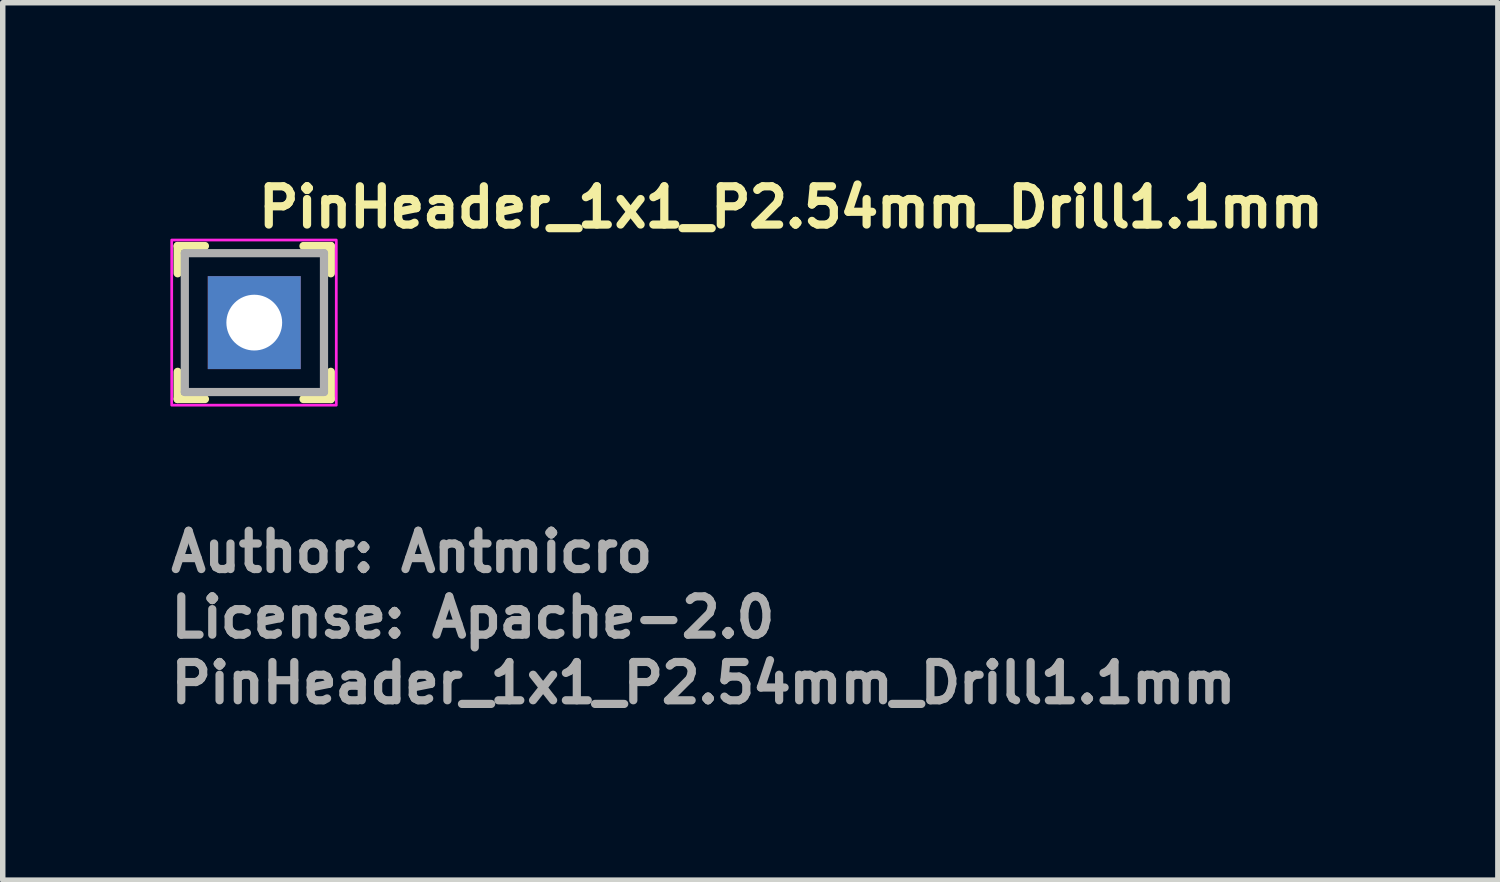
<source format=kicad_pcb>
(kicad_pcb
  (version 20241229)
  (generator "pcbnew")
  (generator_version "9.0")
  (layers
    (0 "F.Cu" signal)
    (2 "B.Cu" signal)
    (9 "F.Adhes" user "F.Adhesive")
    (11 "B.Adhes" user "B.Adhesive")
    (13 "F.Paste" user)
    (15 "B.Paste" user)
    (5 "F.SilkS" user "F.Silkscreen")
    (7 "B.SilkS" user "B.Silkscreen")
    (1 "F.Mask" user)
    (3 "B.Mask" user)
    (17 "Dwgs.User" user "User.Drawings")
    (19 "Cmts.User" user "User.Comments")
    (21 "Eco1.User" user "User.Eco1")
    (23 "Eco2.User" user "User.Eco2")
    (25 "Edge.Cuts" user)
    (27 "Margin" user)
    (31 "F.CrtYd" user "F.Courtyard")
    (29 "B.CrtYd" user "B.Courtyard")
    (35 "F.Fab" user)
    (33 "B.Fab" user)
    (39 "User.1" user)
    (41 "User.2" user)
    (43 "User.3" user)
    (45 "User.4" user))
  (footprint "PinHeader_1x1_P2.54mm_Drill1.1mm"
    (layer "F.Cu")
    (at 1.6 2.85)
    (property "Reference" "PinHeader_1x1_P2.54mm_Drill1.1mm" (at 0 -1.7 0) (layer "F.SilkS") (effects (font (size 0.7 0.7) (thickness 0.15)) (justify left bottom)))
    (attr through_hole)
    (fp_line (start -1.401 -1.401) (end -1.401 -0.902) (stroke (width 0.15) (type solid)) (layer "F.SilkS"))
    (fp_line (start -1.401 -1.401) (end -0.902 -1.401) (stroke (width 0.15) (type solid)) (layer "F.SilkS"))
    (fp_line (start -1.401 1.398) (end -1.401 0.9) (stroke (width 0.15) (type solid)) (layer "F.SilkS"))
    (fp_line (start -1.401 1.398) (end -0.902 1.398) (stroke (width 0.15) (type solid)) (layer "F.SilkS"))
    (fp_line (start 1.4 -1.401) (end 0.9 -1.401) (stroke (width 0.15) (type solid)) (layer "F.SilkS"))
    (fp_line (start 1.4 -1.401) (end 1.4 -0.902) (stroke (width 0.15) (type solid)) (layer "F.SilkS"))
    (fp_line (start 1.4 1.398) (end 0.9 1.398) (stroke (width 0.15) (type solid)) (layer "F.SilkS"))
    (fp_line (start 1.4 1.398) (end 1.4 0.9) (stroke (width 0.15) (type solid)) (layer "F.SilkS"))
    (fp_rect (start -1.51 -1.51) (end 1.5 1.51) (stroke (width 0.05) (type solid)) (fill no) (layer "F.CrtYd"))
    (fp_line (start -1.27 -1.27) (end 1.275 -1.27) (stroke (width 0.15) (type solid)) (layer "F.Fab"))
    (fp_line (start -1.27 1.269) (end -1.27 -1.27) (stroke (width 0.15) (type solid)) (layer "F.Fab"))
    (fp_line (start -1.27 1.269) (end 1.275 1.269) (stroke (width 0.15) (type solid)) (layer "F.Fab"))
    (fp_line (start 1.275 1.269) (end 1.275 -1.27) (stroke (width 0.15) (type solid)) (layer "F.Fab"))
    (fp_rect (start -1.27 -1.27) (end 1.275 1.269) (stroke (width 0.1) (type solid)) (fill no) (layer "User.5"))
    (fp_line (start -1.27 0.77) (end -1.27 -0.772) (stroke (width 0.02) (type solid)) (layer "User.9"))
    (fp_line (start -1.27 0.77) (end -1.02 1.269) (stroke (width 0.02) (type solid)) (layer "User.9"))
    (fp_line (start -1.02 -1.27) (end -1.27 -0.772) (stroke (width 0.02) (type solid)) (layer "User.9"))
    (fp_line (start -0.32 -0.32) (end -0.12 -0.12) (stroke (width 0.02) (type solid)) (layer "User.9"))
    (fp_line (start -0.32 -0.32) (end 0.32 -0.32) (stroke (width 0.02) (type solid)) (layer "User.9"))
    (fp_line (start -0.32 0.32) (end -0.32 -0.32) (stroke (width 0.02) (type solid)) (layer "User.9"))
    (fp_line (start -0.12 -0.12) (end -0.12 0.119) (stroke (width 0.02) (type solid)) (layer "User.9"))
    (fp_line (start -0.12 0.119) (end -0.32 0.32) (stroke (width 0.02) (type solid)) (layer "User.9"))
    (fp_line (start -0.12 0.119) (end 0.119 0.119) (stroke (width 0.02) (type solid)) (layer "User.9"))
    (fp_line (start 0.119 -0.12) (end -0.12 -0.12) (stroke (width 0.02) (type solid)) (layer "User.9"))
    (fp_line (start 0.119 -0.12) (end 0.32 -0.32) (stroke (width 0.02) (type solid)) (layer "User.9"))
    (fp_line (start 0.119 0.119) (end 0.119 -0.12) (stroke (width 0.02) (type solid)) (layer "User.9"))
    (fp_line (start 0.119 0.119) (end 0.32 0.32) (stroke (width 0.02) (type solid)) (layer "User.9"))
    (fp_line (start 0.32 -0.32) (end 0.32 0.32) (stroke (width 0.02) (type solid)) (layer "User.9"))
    (fp_line (start 0.32 0.32) (end -0.32 0.32) (stroke (width 0.02) (type solid)) (layer "User.9"))
    (fp_line (start 1.019 -1.27) (end -1.02 -1.27) (stroke (width 0.02) (type solid)) (layer "User.9"))
    (fp_line (start 1.019 1.269) (end -1.02 1.269) (stroke (width 0.02) (type solid)) (layer "User.9"))
    (fp_line (start 1.019 1.269) (end 1.269 0.77) (stroke (width 0.02) (type solid)) (layer "User.9"))
    (fp_line (start 1.269 -0.772) (end 1.019 -1.27) (stroke (width 0.02) (type solid)) (layer "User.9"))
    (fp_line (start 1.269 0.77) (end 1.269 -0.772) (stroke (width 0.02) (type solid)) (layer "User.9"))
    (fp_text user "${REFERENCE}" (at -1.6 7 0) (layer "F.Fab") (effects (font (size 0.7 0.7) (thickness 0.15)) (justify left bottom)))
    (fp_text user "License: Apache-2.0" (at -1.6 5.8 0) (layer "F.Fab") (effects (font (size 0.7 0.7) (thickness 0.15)) (justify left bottom)))
    (fp_text user "Author: Antmicro" (at -1.6 4.6 0) (layer "F.Fab") (effects (font (size 0.7 0.7) (thickness 0.15)) (justify left bottom)))
    (pad "1" thru_hole rect (at 0 0) (size 1.7 1.7) (drill 1.02) (layers "*.Cu" "*.Mask")))
  (gr_rect
    (start -3 -3)
    (end 24.343 13.046)
    (stroke (width 0.1) (type default))
    (fill no)
    (layer "Edge.Cuts")))
</source>
